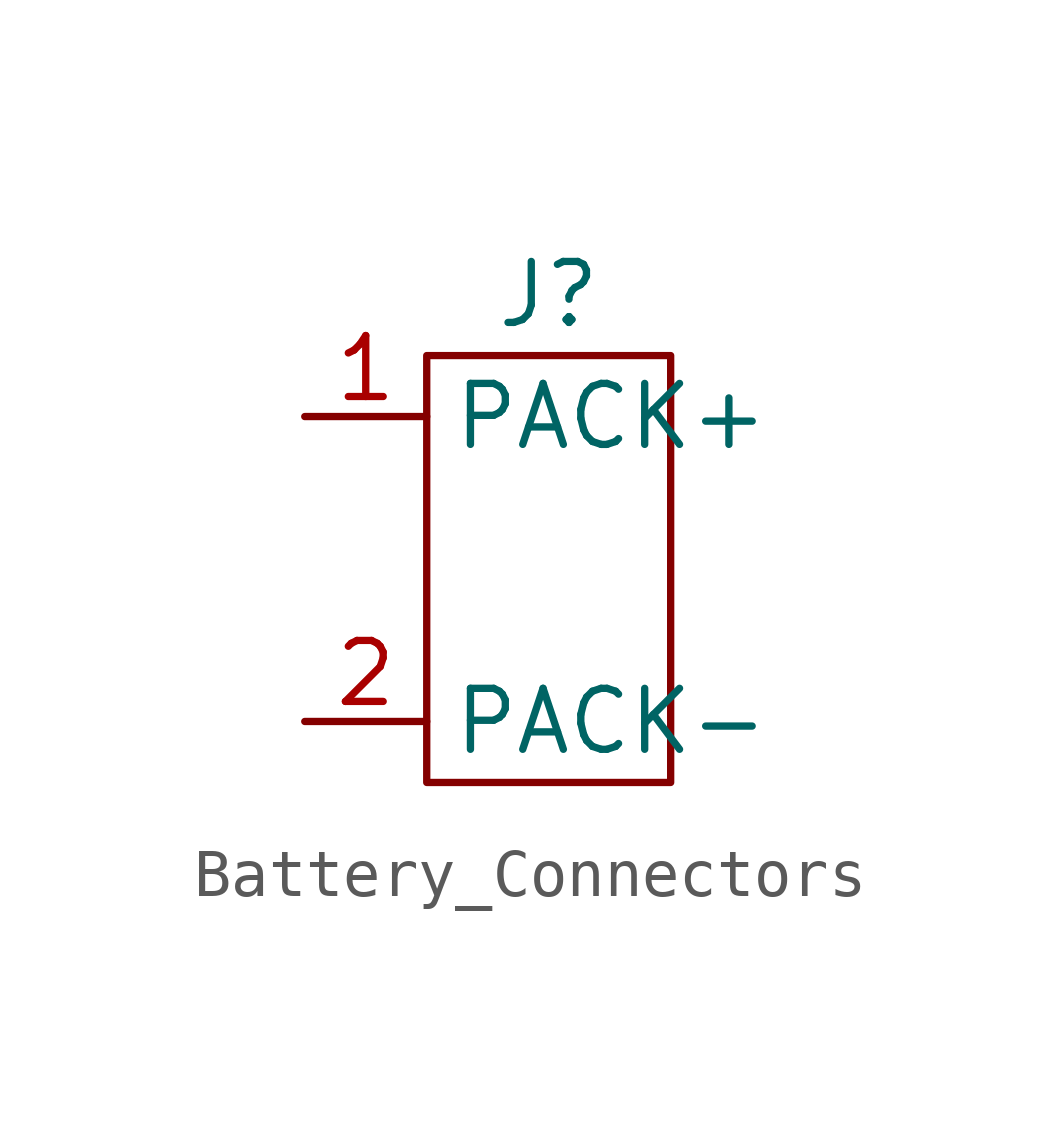
<source format=kicad_sym>
(kicad_symbol_lib
  (version 20241209)
  (generator "kicad_symbol_editor")
  (generator_version "9.0")
  (symbol "Battery_Connectors"
    (property "Reference" "J"
      (at 0 0 0)
      (effects (font (size 1.27 1.27))))
    (property "Value" ""
      (at 0 0 0)
      (effects (font (size 1.27 1.27))))
    (symbol "Battery_Connectors_0_1"
      (rectangle (start -2.54 -1.27) (end 2.54 -10.16) (stroke (width 0) (type default)) (fill (type none))))
    (symbol "Battery_Connectors_1_1"
      (pin passive line (at -5.08 -2.54 0) (length 2.54) (name "PACK+" (effects (font (size 1.27 1.27)))) (number "1" (effects (font (size 1.27 1.27)))))
      (pin passive line (at -5.08 -8.89 0) (length 2.54) (name "PACK-" (effects (font (size 1.27 1.27)))) (number "2" (effects (font (size 1.27 1.27))))))))
</source>
